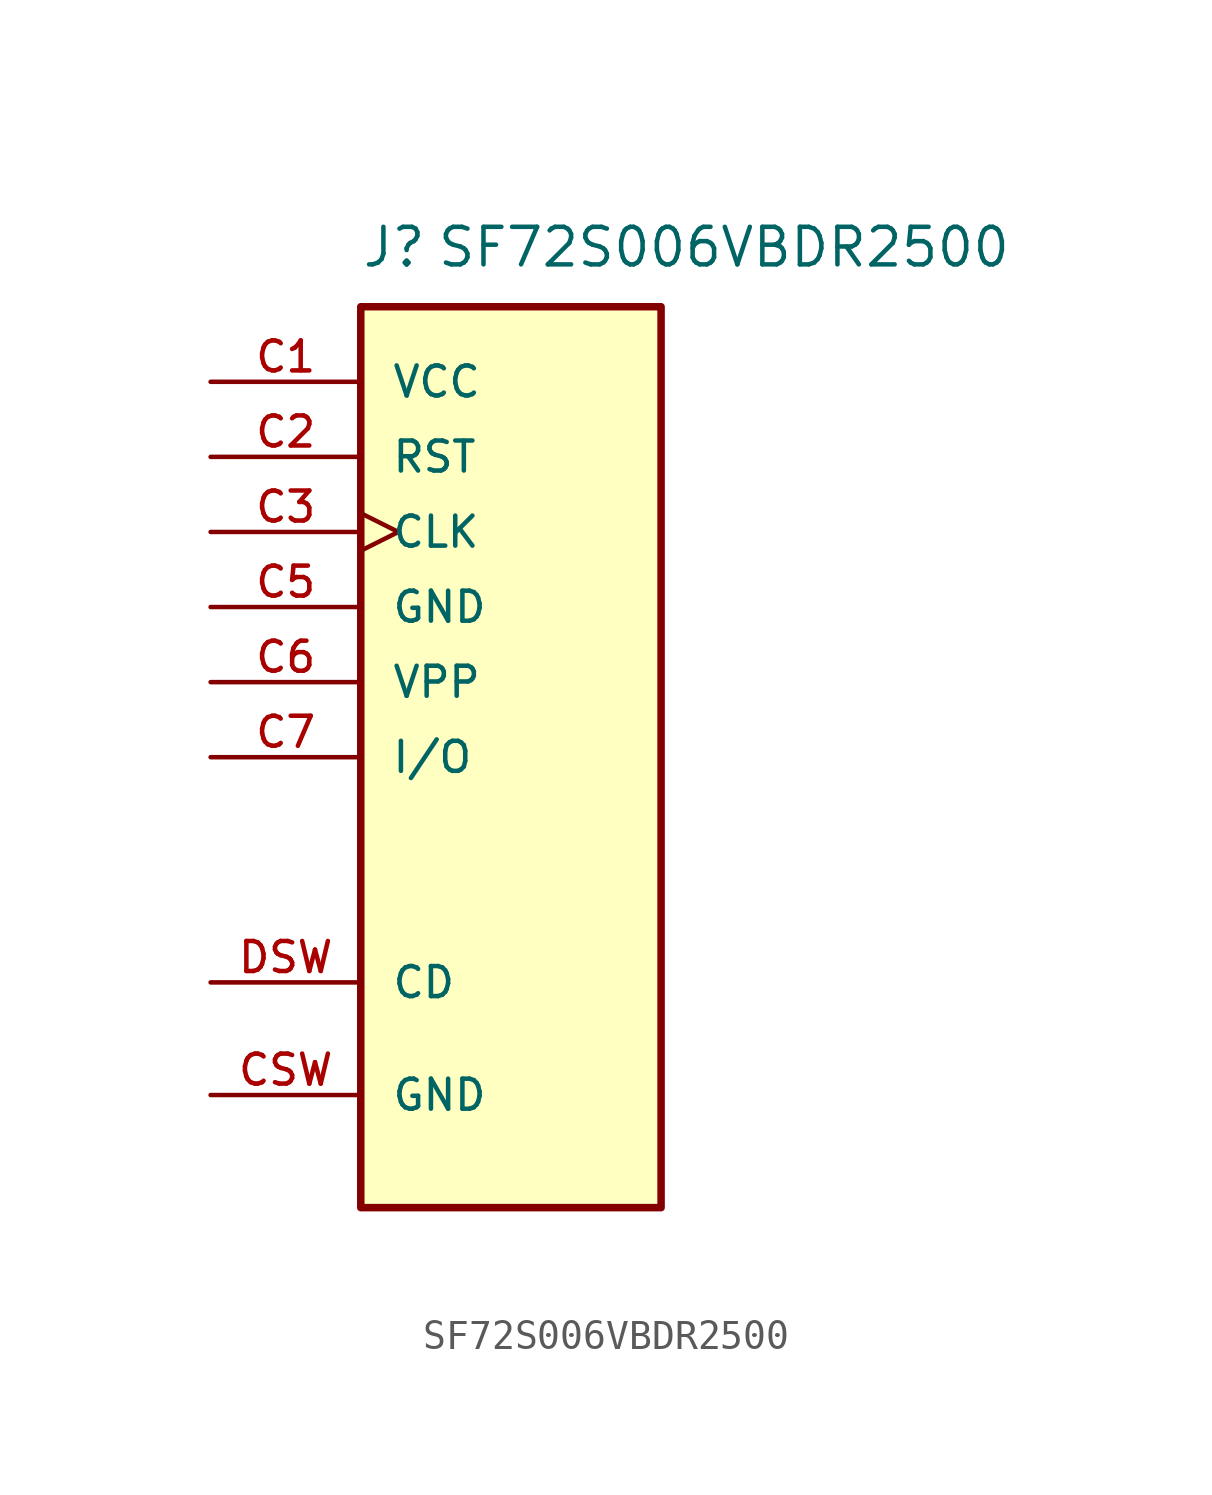
<source format=kicad_sym>
(kicad_symbol_lib
  (version 20220914)
  (generator kicad_symbol_editor)
  (symbol "SF72S006VBDR2500"
    (pin_names
      (offset 1.016))
    (property "Reference" "J"
      (at -5.08 16.51 0)
      (effects (font (size 1.27 1.27)) (justify left bottom)))
    (property "Value" "SF72S006VBDR2500"
      (at -2.54 16.51 0)
      (effects (font (size 1.27 1.27)) (justify left bottom)))
    (symbol "SF72S006VBDR2500_0_0"
      (rectangle (start -5.08 15.24) (end 5.08 -15.24) (stroke (width 0.254) (type default)) (fill (type background)))
      (pin power_in line (at -10.16 12.7 0) (length 5.08) (name "VCC" (effects (font (size 1.016 1.016)))) (number "C1" (effects (font (size 1.016 1.016)))))
      (pin bidirectional line (at -10.16 10.16 0) (length 5.08) (name "RST" (effects (font (size 1.016 1.016)))) (number "C2" (effects (font (size 1.016 1.016)))))
      (pin bidirectional clock (at -10.16 7.62 0) (length 5.08) (name "CLK" (effects (font (size 1.016 1.016)))) (number "C3" (effects (font (size 1.016 1.016)))))
      (pin power_in line (at -10.16 5.08 0) (length 5.08) (name "GND" (effects (font (size 1.016 1.016)))) (number "C5" (effects (font (size 1.016 1.016)))))
      (pin power_in line (at -10.16 2.54 0) (length 5.08) (name "VPP" (effects (font (size 1.016 1.016)))) (number "C6" (effects (font (size 1.016 1.016)))))
      (pin bidirectional line (at -10.16 0 0) (length 5.08) (name "I/O" (effects (font (size 1.016 1.016)))) (number "C7" (effects (font (size 1.016 1.016))))))
    (symbol "SF72S006VBDR2500_1_0"
      (pin bidirectional line (at -10.16 -11.43 0) (length 5.08) (name "GND" (effects (font (size 1.016 1.016)))) (number "CSW" (effects (font (size 1.016 1.016)))))
      (pin bidirectional line (at -10.16 -7.62 0) (length 5.08) (name "CD" (effects (font (size 1.016 1.016)))) (number "DSW" (effects (font (size 1.016 1.016)))))
      (pin passive line (at -10.16 -11.43 0) (length 5.08) hide (name "SHIELD" (effects (font (size 1.016 1.016)))) (number "G1" (effects (font (size 1.016 1.016)))))
      (pin passive line (at -10.16 -11.43 0) (length 5.08) hide (name "SHIELD" (effects (font (size 1.016 1.016)))) (number "G10" (effects (font (size 1.016 1.016)))))
      (pin passive line (at -10.16 -11.43 0) (length 5.08) hide (name "SHIELD" (effects (font (size 1.016 1.016)))) (number "G2" (effects (font (size 1.016 1.016)))))
      (pin passive line (at -10.16 -11.43 0) (length 5.08) hide (name "SHIELD" (effects (font (size 1.016 1.016)))) (number "G3" (effects (font (size 1.016 1.016)))))
      (pin passive line (at -10.16 -11.43 0) (length 5.08) hide (name "SHIELD" (effects (font (size 1.016 1.016)))) (number "G4" (effects (font (size 1.016 1.016)))))
      (pin passive line (at -10.16 -11.43 0) (length 5.08) hide (name "SHIELD" (effects (font (size 1.016 1.016)))) (number "G5" (effects (font (size 1.016 1.016)))))
      (pin passive line (at -10.16 -11.43 0) (length 5.08) hide (name "SHIELD" (effects (font (size 1.016 1.016)))) (number "G6" (effects (font (size 1.016 1.016)))))
      (pin passive line (at -10.16 -11.43 0) (length 5.08) hide (name "SHIELD" (effects (font (size 1.016 1.016)))) (number "G7" (effects (font (size 1.016 1.016)))))
      (pin passive line (at -10.16 -11.43 0) (length 5.08) hide (name "SHIELD" (effects (font (size 1.016 1.016)))) (number "G8" (effects (font (size 1.016 1.016)))))
      (pin passive line (at -10.16 -11.43 0) (length 5.08) hide (name "SHIELD" (effects (font (size 1.016 1.016)))) (number "G9" (effects (font (size 1.016 1.016))))))))
</source>
